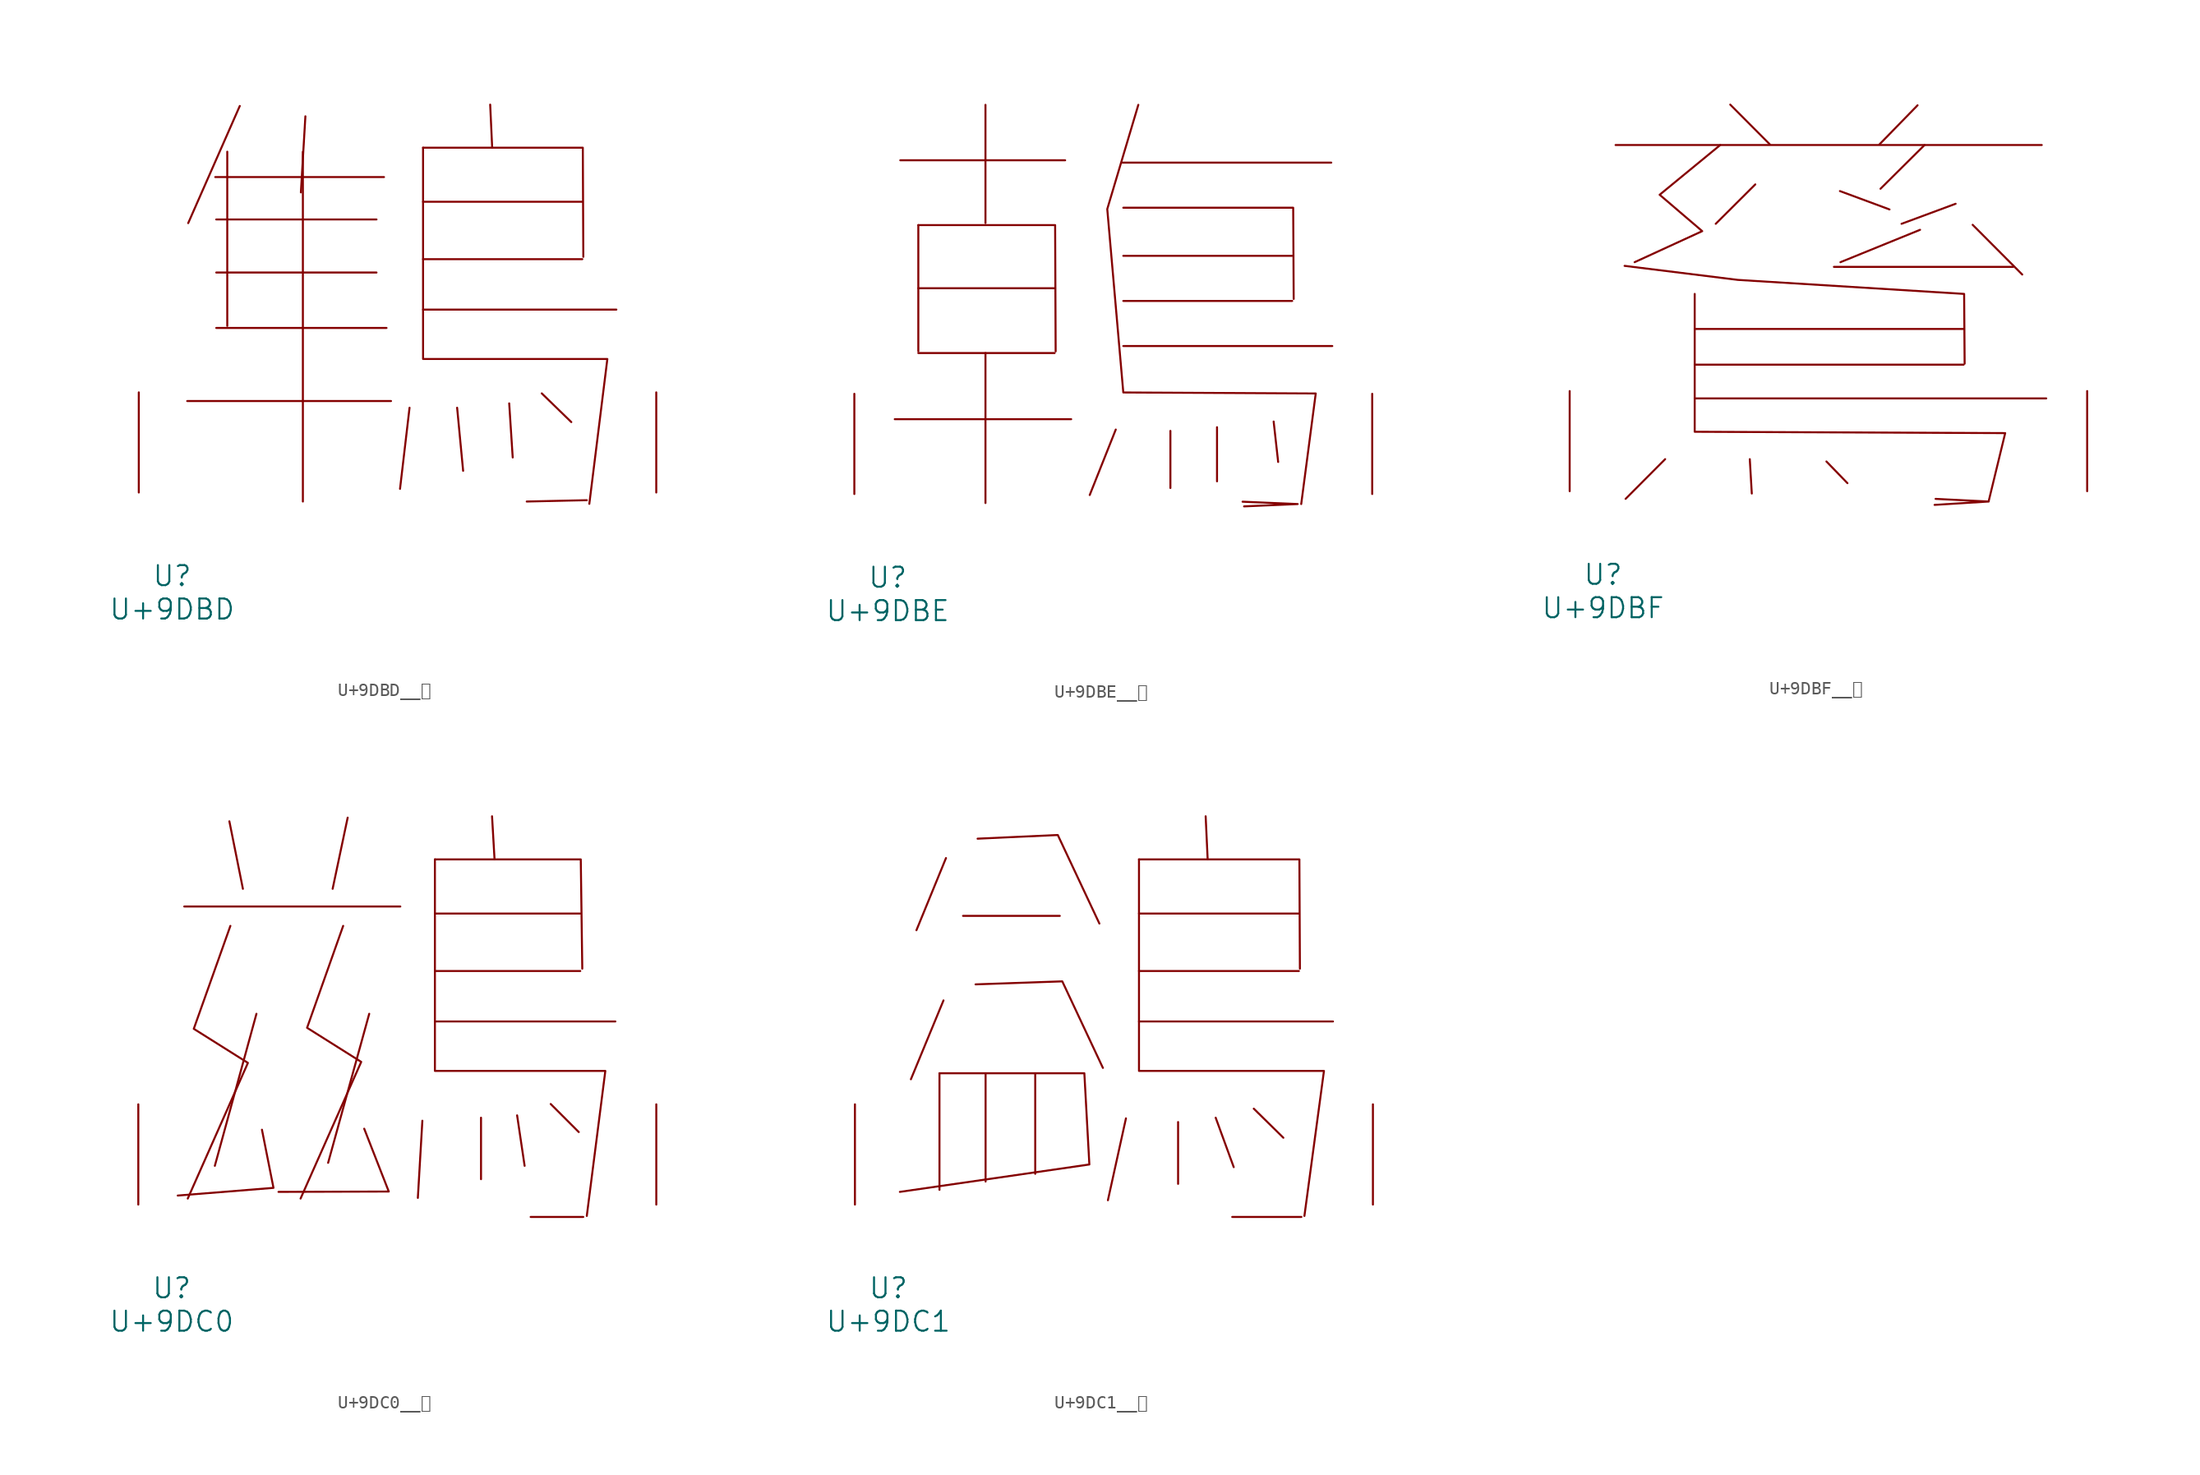
<source format=kicad_sym>
(kicad_symbol_lib
  (version 20231120)
  (generator "kicad_symbol_editor")
  (generator_version "8.0")
  (symbol "U+9DBD__鶽"
    (pin_names
      (offset 1.016))
    (property "Reference" "U"
      (at 0 -6.35 0)
      (effects (font (size 1.524 1.524))))
    (property "Value" "U+9DBD"
      (at 0 -8.89 0)
      (effects (font (size 1.524 1.524))))
    (symbol "U+9DBD__鶽_0_1"
      (polyline (pts (xy 1.143 6.96) (xy 16.65 6.96)) (stroke (width 0) (type solid)) (fill (type none)))
      (polyline (pts (xy 3.277 24.003) (xy 16.116 24.003)) (stroke (width 0) (type solid)) (fill (type none)))
      (polyline (pts (xy 3.353 12.522) (xy 16.307 12.522)) (stroke (width 0) (type solid)) (fill (type none)))
      (polyline (pts (xy 3.353 16.739) (xy 15.545 16.739)) (stroke (width 0) (type solid)) (fill (type none)))
      (polyline (pts (xy 3.353 20.777) (xy 15.545 20.777)) (stroke (width 0) (type solid)) (fill (type none)))
      (polyline (pts (xy 4.191 25.933) (xy 4.191 12.675)) (stroke (width 0) (type solid)) (fill (type none)))
      (polyline (pts (xy 5.144 29.413) (xy 1.219 20.498)) (stroke (width 0) (type solid)) (fill (type none)))
      (polyline (pts (xy 9.944 25.933) (xy 9.944 -0.686)) (stroke (width 0) (type solid)) (fill (type none)))
      (polyline (pts (xy 10.135 28.626) (xy 9.792 22.835)) (stroke (width 0) (type solid)) (fill (type none)))
      (polyline (pts (xy 18.059 6.452) (xy 17.335 0.279)) (stroke (width 0) (type solid)) (fill (type none)))
      (polyline (pts (xy 19.088 13.919) (xy 33.795 13.919)) (stroke (width 0) (type solid)) (fill (type none)))
      (polyline (pts (xy 19.088 17.755) (xy 31.204 17.755)) (stroke (width 0) (type solid)) (fill (type none)))
      (polyline (pts (xy 19.088 22.123) (xy 31.204 22.123)) (stroke (width 0) (type solid)) (fill (type none)))
      (polyline (pts (xy 21.679 6.452) (xy 22.136 1.651)) (stroke (width 0) (type solid)) (fill (type none)))
      (polyline (pts (xy 24.194 29.515) (xy 24.346 26.238)) (stroke (width 0) (type solid)) (fill (type none)))
      (polyline (pts (xy 25.641 6.782) (xy 25.908 2.667)) (stroke (width 0) (type solid)) (fill (type none)))
      (polyline (pts (xy 28.118 7.544) (xy 30.366 5.359)) (stroke (width 0) (type solid)) (fill (type none)))
      (polyline (pts (xy 31.547 -0.584) (xy 26.975 -0.686)) (stroke (width 0) (type solid)) (fill (type none)))
      (polyline (pts (xy 19.088 26.238) (xy 31.242 26.238) (xy 31.28 17.932)) (stroke (width 0) (type solid)) (fill (type none)))
      (polyline (pts (xy 19.088 26.238) (xy 19.088 10.16) (xy 33.109 10.16) (xy 31.737 -0.864)) (stroke (width 0) (type solid)) (fill (type none)))
      (pin input line (at -2.54 0 90) (length 7.62) (name "~" (effects (font (size 1.27 1.27)))) (number "~" (effects (font (size 1.27 1.27)))))
      (pin input line (at 36.83 0 90) (length 7.62) (name "~" (effects (font (size 1.27 1.27)))) (number "~" (effects (font (size 1.27 1.27)))))))
  (symbol "U+9DBE__鶾"
    (pin_names
      (offset 1.016))
    (property "Reference" "U"
      (at 0 -6.35 0)
      (effects (font (size 1.524 1.524))))
    (property "Value" "U+9DBE"
      (at 0 -8.89 0)
      (effects (font (size 1.524 1.524))))
    (symbol "U+9DBE__鶾_0_1"
      (polyline (pts (xy 0.533 5.69) (xy 13.945 5.69)) (stroke (width 0) (type solid)) (fill (type none)))
      (polyline (pts (xy 0.953 25.375) (xy 13.487 25.375)) (stroke (width 0) (type solid)) (fill (type none)))
      (polyline (pts (xy 2.324 10.719) (xy 12.687 10.719)) (stroke (width 0) (type solid)) (fill (type none)))
      (polyline (pts (xy 2.324 15.646) (xy 12.687 15.646)) (stroke (width 0) (type solid)) (fill (type none)))
      (polyline (pts (xy 2.324 20.447) (xy 2.324 10.846)) (stroke (width 0) (type solid)) (fill (type none)))
      (polyline (pts (xy 7.429 10.719) (xy 7.429 -0.686)) (stroke (width 0) (type solid)) (fill (type none)))
      (polyline (pts (xy 7.429 29.591) (xy 7.429 20.599)) (stroke (width 0) (type solid)) (fill (type none)))
      (polyline (pts (xy 17.335 4.902) (xy 15.354 -0.076)) (stroke (width 0) (type solid)) (fill (type none)))
      (polyline (pts (xy 17.831 25.197) (xy 33.718 25.197)) (stroke (width 0) (type solid)) (fill (type none)))
      (polyline (pts (xy 17.907 11.252) (xy 33.795 11.252)) (stroke (width 0) (type solid)) (fill (type none)))
      (polyline (pts (xy 17.907 14.681) (xy 30.747 14.681)) (stroke (width 0) (type solid)) (fill (type none)))
      (polyline (pts (xy 17.907 18.11) (xy 30.747 18.11)) (stroke (width 0) (type solid)) (fill (type none)))
      (polyline (pts (xy 21.488 4.801) (xy 21.488 0.457)) (stroke (width 0) (type solid)) (fill (type none)))
      (polyline (pts (xy 25.032 5.08) (xy 25.032 0.965)) (stroke (width 0) (type solid)) (fill (type none)))
      (polyline (pts (xy 29.337 5.512) (xy 29.68 2.438)) (stroke (width 0) (type solid)) (fill (type none)))
      (polyline (pts (xy 2.324 20.447) (xy 12.725 20.447) (xy 12.764 10.846)) (stroke (width 0) (type solid)) (fill (type none)))
      (polyline (pts (xy 17.907 21.768) (xy 30.823 21.768) (xy 30.861 14.834)) (stroke (width 0) (type solid)) (fill (type none)))
      (polyline (pts (xy 27.089 -0.94) (xy 31.166 -0.762) (xy 26.975 -0.584)) (stroke (width 0) (type solid)) (fill (type none)))
      (polyline (pts (xy 19.05 29.591) (xy 16.688 21.666) (xy 17.907 7.722) (xy 32.537 7.645) (xy 31.433 -0.762)) (stroke (width 0) (type solid)) (fill (type none)))
      (pin input line (at -2.54 0 90) (length 7.62) (name "~" (effects (font (size 1.27 1.27)))) (number "~" (effects (font (size 1.27 1.27)))))
      (pin input line (at 36.83 0 90) (length 7.62) (name "~" (effects (font (size 1.27 1.27)))) (number "~" (effects (font (size 1.27 1.27)))))))
  (symbol "U+9DBF__鶿"
    (pin_names
      (offset 1.016))
    (property "Reference" "U"
      (at 0 -6.35 0)
      (effects (font (size 1.524 1.524))))
    (property "Value" "U+9DBF"
      (at 0 -8.89 0)
      (effects (font (size 1.524 1.524))))
    (symbol "U+9DBF__鶿_0_1"
      (polyline (pts (xy 0.953 26.34) (xy 33.376 26.34)) (stroke (width 0) (type solid)) (fill (type none)))
      (polyline (pts (xy 4.724 2.438) (xy 1.714 -0.584)) (stroke (width 0) (type solid)) (fill (type none)))
      (polyline (pts (xy 6.972 7.061) (xy 33.718 7.061)) (stroke (width 0) (type solid)) (fill (type none)))
      (polyline (pts (xy 6.972 9.627) (xy 27.432 9.627)) (stroke (width 0) (type solid)) (fill (type none)))
      (polyline (pts (xy 6.972 12.344) (xy 27.432 12.344)) (stroke (width 0) (type solid)) (fill (type none)))
      (polyline (pts (xy 9.677 29.413) (xy 12.687 26.391)) (stroke (width 0) (type solid)) (fill (type none)))
      (polyline (pts (xy 11.163 2.438) (xy 11.316 -0.178)) (stroke (width 0) (type solid)) (fill (type none)))
      (polyline (pts (xy 11.582 23.343) (xy 8.572 20.345)) (stroke (width 0) (type solid)) (fill (type none)))
      (polyline (pts (xy 16.993 2.261) (xy 18.593 0.61)) (stroke (width 0) (type solid)) (fill (type none)))
      (polyline (pts (xy 17.564 17.069) (xy 31.204 17.069)) (stroke (width 0) (type solid)) (fill (type none)))
      (polyline (pts (xy 18.021 22.835) (xy 21.793 21.438)) (stroke (width 0) (type solid)) (fill (type none)))
      (polyline (pts (xy 23.927 29.362) (xy 21.031 26.391)) (stroke (width 0) (type solid)) (fill (type none)))
      (polyline (pts (xy 24.117 19.888) (xy 18.059 17.424)) (stroke (width 0) (type solid)) (fill (type none)))
      (polyline (pts (xy 24.46 26.34) (xy 21.107 23.012)) (stroke (width 0) (type solid)) (fill (type none)))
      (polyline (pts (xy 26.822 21.869) (xy 22.708 20.345)) (stroke (width 0) (type solid)) (fill (type none)))
      (polyline (pts (xy 28.118 20.269) (xy 31.89 16.485)) (stroke (width 0) (type solid)) (fill (type none)))
      (polyline (pts (xy 25.222 -1.041) (xy 29.337 -0.787) (xy 25.298 -0.584)) (stroke (width 0) (type solid)) (fill (type none)))
      (polyline (pts (xy 1.638 17.145) (xy 10.249 16.078) (xy 27.47 15.011) (xy 27.508 9.703)) (stroke (width 0) (type solid)) (fill (type none)))
      (polyline (pts (xy 6.972 15.011) (xy 6.972 4.521) (xy 30.594 4.42) (xy 29.337 -0.762)) (stroke (width 0) (type solid)) (fill (type none)))
      (polyline (pts (xy 8.915 26.34) (xy 4.305 22.555) (xy 7.544 19.787) (xy 2.4 17.424)) (stroke (width 0) (type solid)) (fill (type none)))
      (pin input line (at -2.54 0 90) (length 7.62) (name "~" (effects (font (size 1.27 1.27)))) (number "~" (effects (font (size 1.27 1.27)))))
      (pin input line (at 36.83 0 90) (length 7.62) (name "~" (effects (font (size 1.27 1.27)))) (number "~" (effects (font (size 1.27 1.27)))))))
  (symbol "U+9DC0__鷀"
    (pin_names
      (offset 1.016))
    (property "Reference" "U"
      (at 0 -6.35 0)
      (effects (font (size 1.524 1.524))))
    (property "Value" "U+9DC0"
      (at 0 -8.89 0)
      (effects (font (size 1.524 1.524))))
    (symbol "U+9DC0__鷀_0_1"
      (polyline (pts (xy 0.953 22.657) (xy 17.374 22.657)) (stroke (width 0) (type solid)) (fill (type none)))
      (polyline (pts (xy 4.381 29.134) (xy 5.41 24.003)) (stroke (width 0) (type solid)) (fill (type none)))
      (polyline (pts (xy 6.439 14.503) (xy 3.277 2.946)) (stroke (width 0) (type solid)) (fill (type none)))
      (polyline (pts (xy 13.373 29.413) (xy 12.23 24.003)) (stroke (width 0) (type solid)) (fill (type none)))
      (polyline (pts (xy 15.011 14.503) (xy 11.887 3.175)) (stroke (width 0) (type solid)) (fill (type none)))
      (polyline (pts (xy 19.05 6.375) (xy 18.707 0.508)) (stroke (width 0) (type solid)) (fill (type none)))
      (polyline (pts (xy 20.003 13.919) (xy 33.718 13.919)) (stroke (width 0) (type solid)) (fill (type none)))
      (polyline (pts (xy 20.003 17.755) (xy 31.052 17.755)) (stroke (width 0) (type solid)) (fill (type none)))
      (polyline (pts (xy 20.003 22.123) (xy 31.052 22.123)) (stroke (width 0) (type solid)) (fill (type none)))
      (polyline (pts (xy 23.508 6.604) (xy 23.508 1.93)) (stroke (width 0) (type solid)) (fill (type none)))
      (polyline (pts (xy 24.346 29.515) (xy 24.536 26.238)) (stroke (width 0) (type solid)) (fill (type none)))
      (polyline (pts (xy 26.251 6.782) (xy 26.822 2.946)) (stroke (width 0) (type solid)) (fill (type none)))
      (polyline (pts (xy 27.28 -0.94) (xy 31.28 -0.94)) (stroke (width 0) (type solid)) (fill (type none)))
      (polyline (pts (xy 28.804 7.645) (xy 30.937 5.512)) (stroke (width 0) (type solid)) (fill (type none)))
      (polyline (pts (xy 6.858 5.69) (xy 7.734 1.27) (xy 0.457 0.686)) (stroke (width 0) (type solid)) (fill (type none)))
      (polyline (pts (xy 14.63 5.766) (xy 16.497 0.991) (xy 8.115 0.965)) (stroke (width 0) (type solid)) (fill (type none)))
      (polyline (pts (xy 20.003 26.238) (xy 31.09 26.238) (xy 31.204 17.932)) (stroke (width 0) (type solid)) (fill (type none)))
      (polyline (pts (xy 4.458 21.184) (xy 1.676 13.36) (xy 5.791 10.77) (xy 1.219 0.457)) (stroke (width 0) (type solid)) (fill (type none)))
      (polyline (pts (xy 13.03 21.184) (xy 10.287 13.437) (xy 14.402 10.846) (xy 9.792 0.457)) (stroke (width 0) (type solid)) (fill (type none)))
      (polyline (pts (xy 20.003 26.238) (xy 20.003 10.16) (xy 32.956 10.16) (xy 31.547 -0.864)) (stroke (width 0) (type solid)) (fill (type none)))
      (pin input line (at -2.54 0 90) (length 7.62) (name "~" (effects (font (size 1.27 1.27)))) (number "~" (effects (font (size 1.27 1.27)))))
      (pin input line (at 36.83 0 90) (length 7.62) (name "~" (effects (font (size 1.27 1.27)))) (number "~" (effects (font (size 1.27 1.27)))))))
  (symbol "U+9DC1__鷁"
    (pin_names
      (offset 1.016))
    (property "Reference" "U"
      (at 0 -6.35 0)
      (effects (font (size 1.524 1.524))))
    (property "Value" "U+9DC1"
      (at 0 -8.89 0)
      (effects (font (size 1.524 1.524))))
    (symbol "U+9DC1__鷁_0_1"
      (polyline (pts (xy 3.886 9.982) (xy 3.886 1.118)) (stroke (width 0) (type solid)) (fill (type none)))
      (polyline (pts (xy 4.191 15.519) (xy 1.714 9.525)) (stroke (width 0) (type solid)) (fill (type none)))
      (polyline (pts (xy 4.381 26.34) (xy 2.134 20.853)) (stroke (width 0) (type solid)) (fill (type none)))
      (polyline (pts (xy 5.677 21.946) (xy 13.03 21.946)) (stroke (width 0) (type solid)) (fill (type none)))
      (polyline (pts (xy 7.391 9.982) (xy 7.391 1.753)) (stroke (width 0) (type solid)) (fill (type none)))
      (polyline (pts (xy 11.163 9.982) (xy 11.163 2.337)) (stroke (width 0) (type solid)) (fill (type none)))
      (polyline (pts (xy 18.059 6.553) (xy 16.688 0.33)) (stroke (width 0) (type solid)) (fill (type none)))
      (polyline (pts (xy 19.05 13.919) (xy 33.795 13.919)) (stroke (width 0) (type solid)) (fill (type none)))
      (polyline (pts (xy 19.05 17.755) (xy 31.204 17.755)) (stroke (width 0) (type solid)) (fill (type none)))
      (polyline (pts (xy 19.05 22.123) (xy 31.204 22.123)) (stroke (width 0) (type solid)) (fill (type none)))
      (polyline (pts (xy 22.022 6.274) (xy 22.022 1.575)) (stroke (width 0) (type solid)) (fill (type none)))
      (polyline (pts (xy 24.117 29.515) (xy 24.27 26.238)) (stroke (width 0) (type solid)) (fill (type none)))
      (polyline (pts (xy 24.879 6.604) (xy 26.251 2.845)) (stroke (width 0) (type solid)) (fill (type none)))
      (polyline (pts (xy 26.137 -0.94) (xy 31.394 -0.94)) (stroke (width 0) (type solid)) (fill (type none)))
      (polyline (pts (xy 27.775 7.29) (xy 30.023 5.08)) (stroke (width 0) (type solid)) (fill (type none)))
      (polyline (pts (xy 6.629 16.739) (xy 13.221 16.967) (xy 16.307 10.389)) (stroke (width 0) (type solid)) (fill (type none)))
      (polyline (pts (xy 6.782 27.813) (xy 12.878 28.092) (xy 16.04 21.361)) (stroke (width 0) (type solid)) (fill (type none)))
      (polyline (pts (xy 19.05 26.238) (xy 31.242 26.238) (xy 31.28 17.932)) (stroke (width 0) (type solid)) (fill (type none)))
      (polyline (pts (xy 3.886 9.982) (xy 14.897 9.982) (xy 15.278 3.048) (xy 0.876 0.965)) (stroke (width 0) (type solid)) (fill (type none)))
      (polyline (pts (xy 19.05 26.238) (xy 19.05 10.16) (xy 33.109 10.16) (xy 31.623 -0.864)) (stroke (width 0) (type solid)) (fill (type none)))
      (pin input line (at -2.54 0 90) (length 7.62) (name "~" (effects (font (size 1.27 1.27)))) (number "~" (effects (font (size 1.27 1.27)))))
      (pin input line (at 36.83 0 90) (length 7.62) (name "~" (effects (font (size 1.27 1.27)))) (number "~" (effects (font (size 1.27 1.27))))))))
</source>
